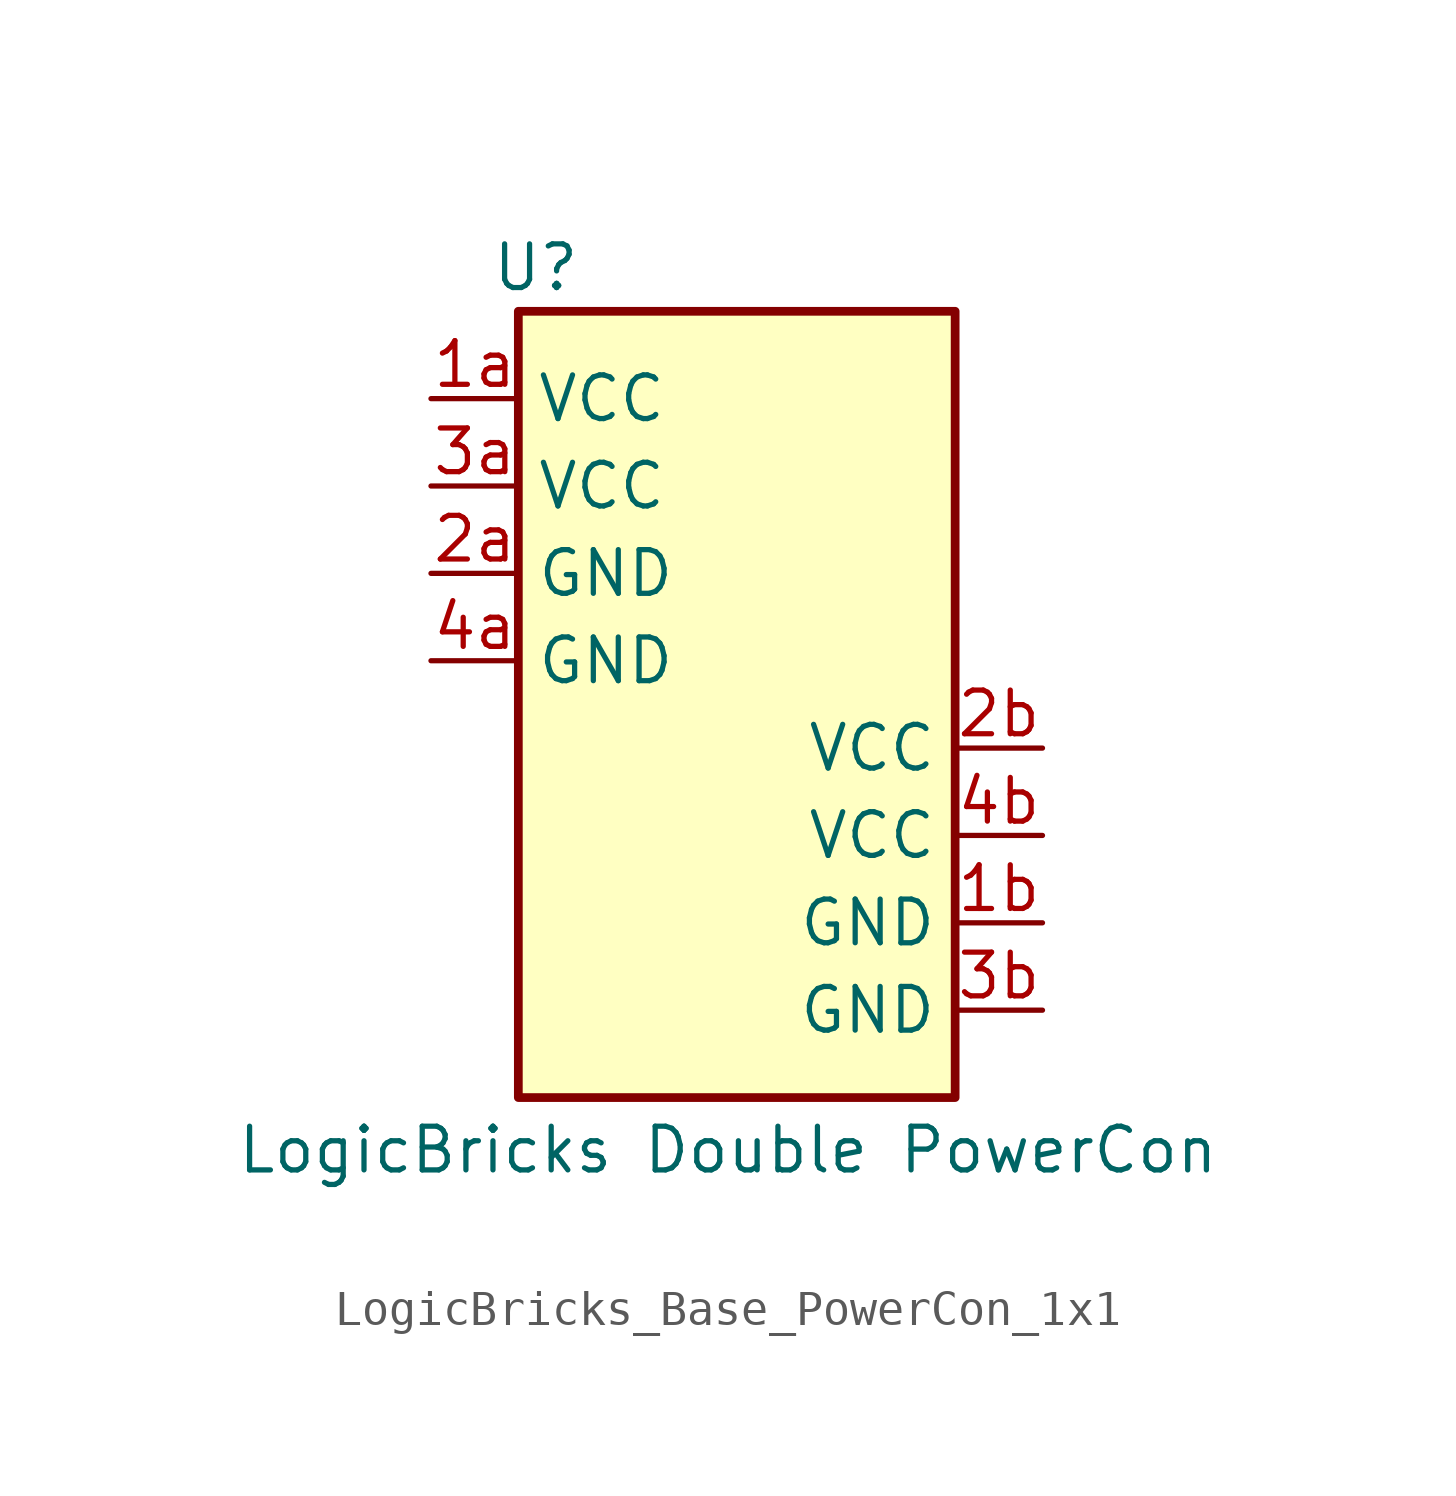
<source format=kicad_sym>
(kicad_symbol_lib
  (version 20231120)
  (generator "kicad_symbol_editor")
  (generator_version "8.0")
  (symbol "LogicBricks_Base_PowerCon_1x1"
    (property "Reference" "U"
      (at -5.842 12.7 0)
      (effects (font (size 1.27 1.27))))
    (property "Value" "LogicBricks Double PowerCon"
      (at -0.254 -12.954 0)
      (effects (font (size 1.27 1.27))))
    (symbol "LogicBricks_Base_PowerCon_1x1_1_1"
      (rectangle (start -6.35 11.43) (end 6.35 -11.43) (stroke (width 0.254) (type default)) (fill (type background)))
      (pin power_in line (at -8.89 8.89 0) (length 2.54) (name "VCC" (effects (font (size 1.27 1.27)))) (number "1a" (effects (font (size 1.27 1.27)))))
      (pin power_in line (at 8.89 -6.35 180) (length 2.54) (name "GND" (effects (font (size 1.27 1.27)))) (number "1b" (effects (font (size 1.27 1.27)))))
      (pin power_in line (at -8.89 3.81 0) (length 2.54) (name "GND" (effects (font (size 1.27 1.27)))) (number "2a" (effects (font (size 1.27 1.27)))))
      (pin power_in line (at 8.89 -1.27 180) (length 2.54) (name "VCC" (effects (font (size 1.27 1.27)))) (number "2b" (effects (font (size 1.27 1.27)))))
      (pin power_in line (at -8.89 6.35 0) (length 2.54) (name "VCC" (effects (font (size 1.27 1.27)))) (number "3a" (effects (font (size 1.27 1.27)))))
      (pin power_in line (at 8.89 -8.89 180) (length 2.54) (name "GND" (effects (font (size 1.27 1.27)))) (number "3b" (effects (font (size 1.27 1.27)))))
      (pin power_in line (at -8.89 1.27 0) (length 2.54) (name "GND" (effects (font (size 1.27 1.27)))) (number "4a" (effects (font (size 1.27 1.27)))))
      (pin power_in line (at 8.89 -3.81 180) (length 2.54) (name "VCC" (effects (font (size 1.27 1.27)))) (number "4b" (effects (font (size 1.27 1.27))))))))
</source>
